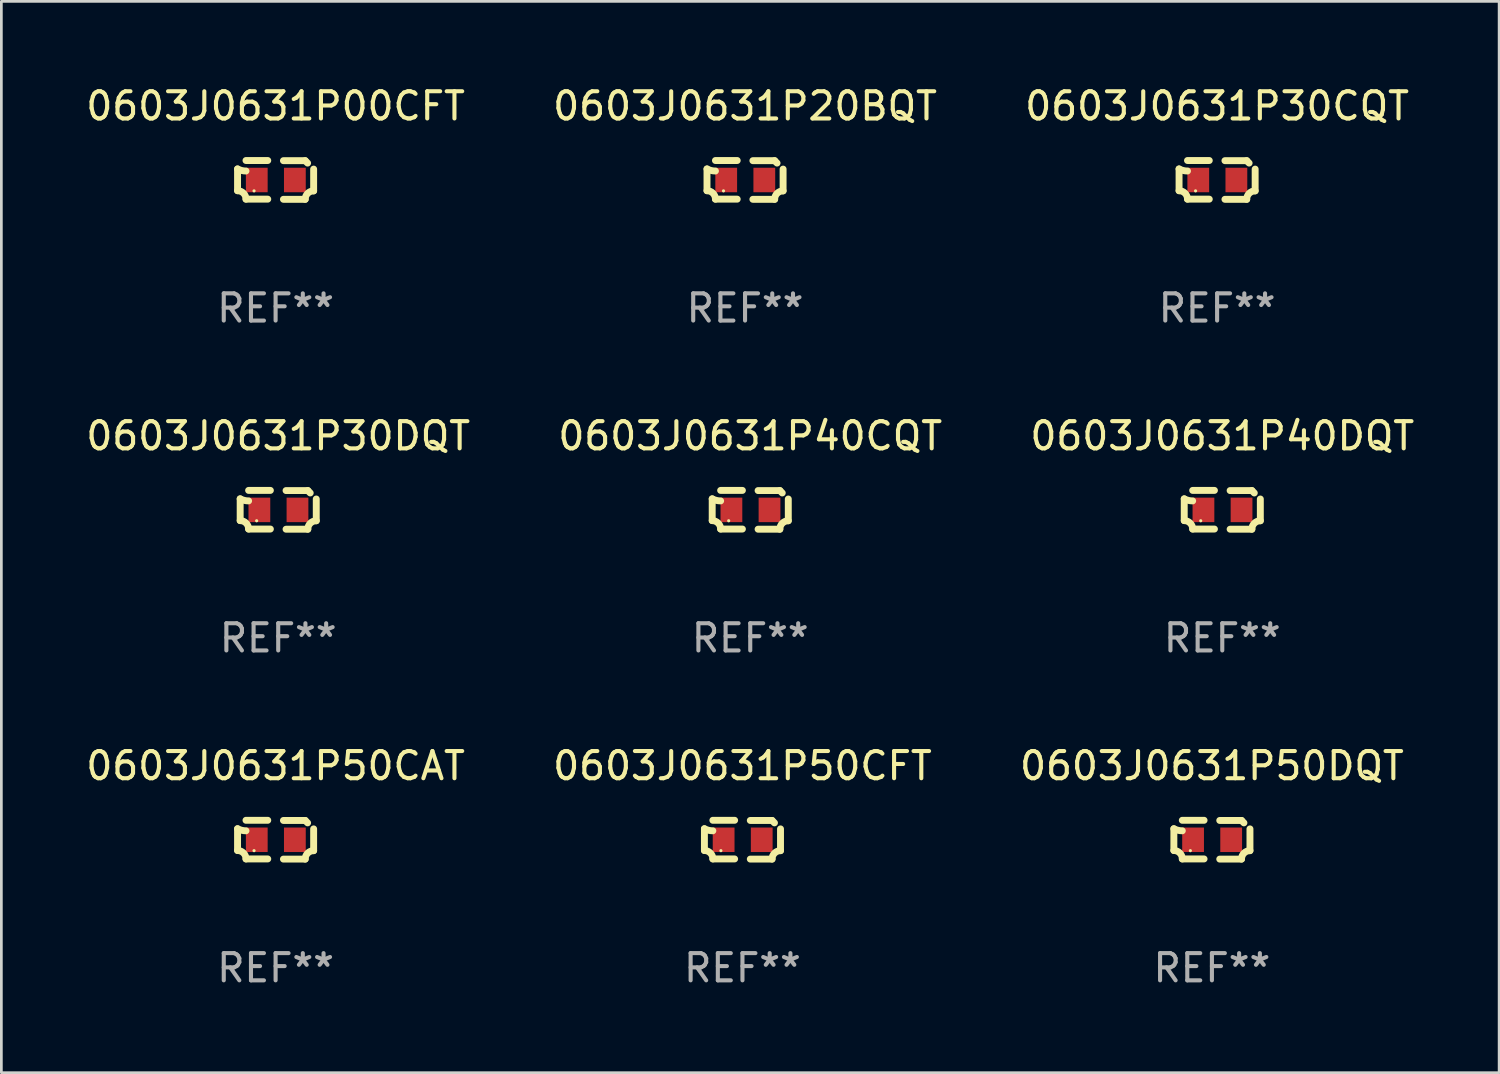
<source format=kicad_pcb>
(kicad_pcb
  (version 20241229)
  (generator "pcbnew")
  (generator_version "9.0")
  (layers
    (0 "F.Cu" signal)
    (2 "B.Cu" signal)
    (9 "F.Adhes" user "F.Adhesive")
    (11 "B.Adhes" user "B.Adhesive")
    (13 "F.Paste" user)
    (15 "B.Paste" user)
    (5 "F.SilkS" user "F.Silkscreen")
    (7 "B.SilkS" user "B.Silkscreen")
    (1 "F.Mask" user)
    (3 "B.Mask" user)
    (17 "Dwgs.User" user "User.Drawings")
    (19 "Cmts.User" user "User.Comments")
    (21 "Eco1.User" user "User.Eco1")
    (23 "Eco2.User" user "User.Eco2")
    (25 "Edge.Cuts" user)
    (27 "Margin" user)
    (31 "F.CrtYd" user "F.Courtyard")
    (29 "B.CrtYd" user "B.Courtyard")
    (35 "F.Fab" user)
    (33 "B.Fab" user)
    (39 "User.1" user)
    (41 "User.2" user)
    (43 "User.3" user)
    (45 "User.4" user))
  (footprint "0603J0631P30DQT"
    (layer "F.Cu")
    (at 7.173 15.683)
    (property "Reference" "0603J0631P30DQT" (at 0 -2.713 0) (layer "F.SilkS") (effects (font (size 1 1) (thickness 0.15))))
    (attr through_hole)
    (fp_line (start -1.398 -0.403) (end -1.398 0.397) (stroke (width 0.254) (type solid)) (layer "F.SilkS"))
    (fp_line (start -0.288 -0.713) (end -1.088 -0.713) (stroke (width 0.254) (type solid)) (layer "F.SilkS"))
    (fp_line (start -0.288 0.707) (end -1.088 0.707) (stroke (width 0.254) (type solid)) (layer "F.SilkS"))
    (fp_line (start 0.288 -0.707) (end 1.088 -0.707) (stroke (width 0.254) (type solid)) (layer "F.SilkS"))
    (fp_line (start 0.288 0.713) (end 1.088 0.713) (stroke (width 0.254) (type solid)) (layer "F.SilkS"))
    (fp_line (start 1.398 -0.397) (end 1.398 0.403) (stroke (width 0.254) (type solid)) (layer "F.SilkS"))
    (fp_arc (start -1.397789 0.397066) (mid -1.178701 0.487826) (end -1.08796 0.706922) (stroke (width 0.254001) (type solid)) (layer "F.SilkS"))
    (fp_arc (start -1.08796 -0.327176) (mid -1.247436 -0.346384) (end -1.39779 -0.402908) (stroke (width 0.254001) (type solid)) (layer "F.SilkS"))
    (fp_arc (start 1.087909 0.712738) (mid 1.178656 0.493655) (end 1.397739 0.402908) (stroke (width 0.254001) (type solid)) (layer "F.SilkS"))
    (fp_arc (start 1.175925 -0.618926) (mid 1.131917 -0.662923) (end 1.08791 -0.706922) (stroke (width 0.254001) (type solid)) (layer "F.SilkS"))
    (fp_circle (center -0.792 0.403) (end -0.762 0.403) (stroke (width 0.06) (type solid)) (fill no) (layer "F.SilkS"))
    (fp_text user "REF**" (at 0 4.713 0) (layer "F.Fab") (effects (font (size 1 1) (thickness 0.15))))
    (pad "1" smd rect (at -0.692 0.003) (size 0.8 0.9) (layers "F.Cu" "F.Mask" "F.Paste"))
    (pad "2" smd rect (at 0.708 0.003) (size 0.8 0.9) (layers "F.Cu" "F.Mask" "F.Paste")))
  (footprint "0603J0631P40DQT"
    (layer "F.Cu")
    (at 41.863 15.683)
    (property "Reference" "0603J0631P40DQT" (at 0 -2.713 0) (layer "F.SilkS") (effects (font (size 1 1) (thickness 0.15))))
    (attr through_hole)
    (fp_line (start -1.398 -0.403) (end -1.398 0.397) (stroke (width 0.254) (type solid)) (layer "F.SilkS"))
    (fp_line (start -0.288 -0.713) (end -1.088 -0.713) (stroke (width 0.254) (type solid)) (layer "F.SilkS"))
    (fp_line (start -0.288 0.707) (end -1.088 0.707) (stroke (width 0.254) (type solid)) (layer "F.SilkS"))
    (fp_line (start 0.288 -0.707) (end 1.088 -0.707) (stroke (width 0.254) (type solid)) (layer "F.SilkS"))
    (fp_line (start 0.288 0.713) (end 1.088 0.713) (stroke (width 0.254) (type solid)) (layer "F.SilkS"))
    (fp_line (start 1.398 -0.397) (end 1.398 0.403) (stroke (width 0.254) (type solid)) (layer "F.SilkS"))
    (fp_arc (start -1.397789 0.397066) (mid -1.178701 0.487826) (end -1.08796 0.706922) (stroke (width 0.254001) (type solid)) (layer "F.SilkS"))
    (fp_arc (start -1.08796 -0.327176) (mid -1.247436 -0.346384) (end -1.39779 -0.402908) (stroke (width 0.254001) (type solid)) (layer "F.SilkS"))
    (fp_arc (start 1.087909 0.712738) (mid 1.178656 0.493655) (end 1.397739 0.402908) (stroke (width 0.254001) (type solid)) (layer "F.SilkS"))
    (fp_arc (start 1.175925 -0.618926) (mid 1.131917 -0.662923) (end 1.08791 -0.706922) (stroke (width 0.254001) (type solid)) (layer "F.SilkS"))
    (fp_circle (center -0.792 0.403) (end -0.762 0.403) (stroke (width 0.06) (type solid)) (fill no) (layer "F.SilkS"))
    (fp_text user "REF**" (at 0 4.713 0) (layer "F.Fab") (effects (font (size 1 1) (thickness 0.15))))
    (pad "1" smd rect (at -0.692 0.003) (size 0.8 0.9) (layers "F.Cu" "F.Mask" "F.Paste"))
    (pad "2" smd rect (at 0.708 0.003) (size 0.8 0.9) (layers "F.Cu" "F.Mask" "F.Paste")))
  (footprint "0603J0631P50CAT"
    (layer "F.Cu")
    (at 7.077 27.805)
    (property "Reference" "0603J0631P50CAT" (at 0 -2.713 0) (layer "F.SilkS") (effects (font (size 1 1) (thickness 0.15))))
    (attr through_hole)
    (fp_line (start -1.398 -0.403) (end -1.398 0.397) (stroke (width 0.254) (type solid)) (layer "F.SilkS"))
    (fp_line (start -0.288 -0.713) (end -1.088 -0.713) (stroke (width 0.254) (type solid)) (layer "F.SilkS"))
    (fp_line (start -0.288 0.707) (end -1.088 0.707) (stroke (width 0.254) (type solid)) (layer "F.SilkS"))
    (fp_line (start 0.288 -0.707) (end 1.088 -0.707) (stroke (width 0.254) (type solid)) (layer "F.SilkS"))
    (fp_line (start 0.288 0.713) (end 1.088 0.713) (stroke (width 0.254) (type solid)) (layer "F.SilkS"))
    (fp_line (start 1.398 -0.397) (end 1.398 0.403) (stroke (width 0.254) (type solid)) (layer "F.SilkS"))
    (fp_arc (start -1.397789 0.397066) (mid -1.178701 0.487826) (end -1.08796 0.706922) (stroke (width 0.254001) (type solid)) (layer "F.SilkS"))
    (fp_arc (start -1.08796 -0.327176) (mid -1.247436 -0.346384) (end -1.39779 -0.402908) (stroke (width 0.254001) (type solid)) (layer "F.SilkS"))
    (fp_arc (start 1.087909 0.712738) (mid 1.178656 0.493655) (end 1.397739 0.402908) (stroke (width 0.254001) (type solid)) (layer "F.SilkS"))
    (fp_arc (start 1.175925 -0.618926) (mid 1.131917 -0.662923) (end 1.08791 -0.706922) (stroke (width 0.254001) (type solid)) (layer "F.SilkS"))
    (fp_circle (center -0.792 0.403) (end -0.762 0.403) (stroke (width 0.06) (type solid)) (fill no) (layer "F.SilkS"))
    (fp_text user "REF**" (at 0 4.713 0) (layer "F.Fab") (effects (font (size 1 1) (thickness 0.15))))
    (pad "1" smd rect (at -0.692 0.003) (size 0.8 0.9) (layers "F.Cu" "F.Mask" "F.Paste"))
    (pad "2" smd rect (at 0.708 0.003) (size 0.8 0.9) (layers "F.Cu" "F.Mask" "F.Paste")))
  (footprint "0603J0631P00CFT"
    (layer "F.Cu")
    (at 7.077 3.561)
    (property "Reference" "0603J0631P00CFT" (at 0 -2.713 0) (layer "F.SilkS") (effects (font (size 1 1) (thickness 0.15))))
    (attr through_hole)
    (fp_line (start -1.398 -0.403) (end -1.398 0.397) (stroke (width 0.254) (type solid)) (layer "F.SilkS"))
    (fp_line (start -0.288 -0.713) (end -1.088 -0.713) (stroke (width 0.254) (type solid)) (layer "F.SilkS"))
    (fp_line (start -0.288 0.707) (end -1.088 0.707) (stroke (width 0.254) (type solid)) (layer "F.SilkS"))
    (fp_line (start 0.288 -0.707) (end 1.088 -0.707) (stroke (width 0.254) (type solid)) (layer "F.SilkS"))
    (fp_line (start 0.288 0.713) (end 1.088 0.713) (stroke (width 0.254) (type solid)) (layer "F.SilkS"))
    (fp_line (start 1.398 -0.397) (end 1.398 0.403) (stroke (width 0.254) (type solid)) (layer "F.SilkS"))
    (fp_arc (start -1.397789 0.397066) (mid -1.178701 0.487826) (end -1.08796 0.706922) (stroke (width 0.254001) (type solid)) (layer "F.SilkS"))
    (fp_arc (start -1.08796 -0.327176) (mid -1.247436 -0.346384) (end -1.39779 -0.402908) (stroke (width 0.254001) (type solid)) (layer "F.SilkS"))
    (fp_arc (start 1.087909 0.712738) (mid 1.178656 0.493655) (end 1.397739 0.402908) (stroke (width 0.254001) (type solid)) (layer "F.SilkS"))
    (fp_arc (start 1.175925 -0.618926) (mid 1.131917 -0.662923) (end 1.08791 -0.706922) (stroke (width 0.254001) (type solid)) (layer "F.SilkS"))
    (fp_circle (center -0.792 0.403) (end -0.762 0.403) (stroke (width 0.06) (type solid)) (fill no) (layer "F.SilkS"))
    (fp_text user "REF**" (at 0 4.713 0) (layer "F.Fab") (effects (font (size 1 1) (thickness 0.15))))
    (pad "1" smd rect (at -0.692 0.003) (size 0.8 0.9) (layers "F.Cu" "F.Mask" "F.Paste"))
    (pad "2" smd rect (at 0.708 0.003) (size 0.8 0.9) (layers "F.Cu" "F.Mask" "F.Paste")))
  (footprint "0603J0631P40CQT"
    (layer "F.Cu")
    (at 24.518 15.683)
    (property "Reference" "0603J0631P40CQT" (at 0 -2.713 0) (layer "F.SilkS") (effects (font (size 1 1) (thickness 0.15))))
    (attr through_hole)
    (fp_line (start -1.398 -0.403) (end -1.398 0.397) (stroke (width 0.254) (type solid)) (layer "F.SilkS"))
    (fp_line (start -0.288 -0.713) (end -1.088 -0.713) (stroke (width 0.254) (type solid)) (layer "F.SilkS"))
    (fp_line (start -0.288 0.707) (end -1.088 0.707) (stroke (width 0.254) (type solid)) (layer "F.SilkS"))
    (fp_line (start 0.288 -0.707) (end 1.088 -0.707) (stroke (width 0.254) (type solid)) (layer "F.SilkS"))
    (fp_line (start 0.288 0.713) (end 1.088 0.713) (stroke (width 0.254) (type solid)) (layer "F.SilkS"))
    (fp_line (start 1.398 -0.397) (end 1.398 0.403) (stroke (width 0.254) (type solid)) (layer "F.SilkS"))
    (fp_arc (start -1.397789 0.397066) (mid -1.178701 0.487826) (end -1.08796 0.706922) (stroke (width 0.254001) (type solid)) (layer "F.SilkS"))
    (fp_arc (start -1.08796 -0.327176) (mid -1.247436 -0.346384) (end -1.39779 -0.402908) (stroke (width 0.254001) (type solid)) (layer "F.SilkS"))
    (fp_arc (start 1.087909 0.712738) (mid 1.178656 0.493655) (end 1.397739 0.402908) (stroke (width 0.254001) (type solid)) (layer "F.SilkS"))
    (fp_arc (start 1.175925 -0.618926) (mid 1.131917 -0.662923) (end 1.08791 -0.706922) (stroke (width 0.254001) (type solid)) (layer "F.SilkS"))
    (fp_circle (center -0.792 0.403) (end -0.762 0.403) (stroke (width 0.06) (type solid)) (fill no) (layer "F.SilkS"))
    (fp_text user "REF**" (at 0 4.713 0) (layer "F.Fab") (effects (font (size 1 1) (thickness 0.15))))
    (pad "1" smd rect (at -0.692 0.003) (size 0.8 0.9) (layers "F.Cu" "F.Mask" "F.Paste"))
    (pad "2" smd rect (at 0.708 0.003) (size 0.8 0.9) (layers "F.Cu" "F.Mask" "F.Paste")))
  (footprint "0603J0631P50DQT"
    (layer "F.Cu")
    (at 41.482 27.805)
    (property "Reference" "0603J0631P50DQT" (at 0 -2.713 0) (layer "F.SilkS") (effects (font (size 1 1) (thickness 0.15))))
    (attr through_hole)
    (fp_line (start -1.398 -0.403) (end -1.398 0.397) (stroke (width 0.254) (type solid)) (layer "F.SilkS"))
    (fp_line (start -0.288 -0.713) (end -1.088 -0.713) (stroke (width 0.254) (type solid)) (layer "F.SilkS"))
    (fp_line (start -0.288 0.707) (end -1.088 0.707) (stroke (width 0.254) (type solid)) (layer "F.SilkS"))
    (fp_line (start 0.288 -0.707) (end 1.088 -0.707) (stroke (width 0.254) (type solid)) (layer "F.SilkS"))
    (fp_line (start 0.288 0.713) (end 1.088 0.713) (stroke (width 0.254) (type solid)) (layer "F.SilkS"))
    (fp_line (start 1.398 -0.397) (end 1.398 0.403) (stroke (width 0.254) (type solid)) (layer "F.SilkS"))
    (fp_arc (start -1.397789 0.397066) (mid -1.178701 0.487826) (end -1.08796 0.706922) (stroke (width 0.254001) (type solid)) (layer "F.SilkS"))
    (fp_arc (start -1.08796 -0.327176) (mid -1.247436 -0.346384) (end -1.39779 -0.402908) (stroke (width 0.254001) (type solid)) (layer "F.SilkS"))
    (fp_arc (start 1.087909 0.712738) (mid 1.178656 0.493655) (end 1.397739 0.402908) (stroke (width 0.254001) (type solid)) (layer "F.SilkS"))
    (fp_arc (start 1.175925 -0.618926) (mid 1.131917 -0.662923) (end 1.08791 -0.706922) (stroke (width 0.254001) (type solid)) (layer "F.SilkS"))
    (fp_circle (center -0.792 0.403) (end -0.762 0.403) (stroke (width 0.06) (type solid)) (fill no) (layer "F.SilkS"))
    (fp_text user "REF**" (at 0 4.713 0) (layer "F.Fab") (effects (font (size 1 1) (thickness 0.15))))
    (pad "1" smd rect (at -0.692 0.003) (size 0.8 0.9) (layers "F.Cu" "F.Mask" "F.Paste"))
    (pad "2" smd rect (at 0.708 0.003) (size 0.8 0.9) (layers "F.Cu" "F.Mask" "F.Paste")))
  (footprint "0603J0631P30CQT"
    (layer "F.Cu")
    (at 41.673 3.561)
    (property "Reference" "0603J0631P30CQT" (at 0 -2.713 0) (layer "F.SilkS") (effects (font (size 1 1) (thickness 0.15))))
    (attr through_hole)
    (fp_line (start -1.398 -0.403) (end -1.398 0.397) (stroke (width 0.254) (type solid)) (layer "F.SilkS"))
    (fp_line (start -0.288 -0.713) (end -1.088 -0.713) (stroke (width 0.254) (type solid)) (layer "F.SilkS"))
    (fp_line (start -0.288 0.707) (end -1.088 0.707) (stroke (width 0.254) (type solid)) (layer "F.SilkS"))
    (fp_line (start 0.288 -0.707) (end 1.088 -0.707) (stroke (width 0.254) (type solid)) (layer "F.SilkS"))
    (fp_line (start 0.288 0.713) (end 1.088 0.713) (stroke (width 0.254) (type solid)) (layer "F.SilkS"))
    (fp_line (start 1.398 -0.397) (end 1.398 0.403) (stroke (width 0.254) (type solid)) (layer "F.SilkS"))
    (fp_arc (start -1.397789 0.397066) (mid -1.178701 0.487826) (end -1.08796 0.706922) (stroke (width 0.254001) (type solid)) (layer "F.SilkS"))
    (fp_arc (start -1.08796 -0.327176) (mid -1.247436 -0.346384) (end -1.39779 -0.402908) (stroke (width 0.254001) (type solid)) (layer "F.SilkS"))
    (fp_arc (start 1.087909 0.712738) (mid 1.178656 0.493655) (end 1.397739 0.402908) (stroke (width 0.254001) (type solid)) (layer "F.SilkS"))
    (fp_arc (start 1.175925 -0.618926) (mid 1.131917 -0.662923) (end 1.08791 -0.706922) (stroke (width 0.254001) (type solid)) (layer "F.SilkS"))
    (fp_circle (center -0.792 0.403) (end -0.762 0.403) (stroke (width 0.06) (type solid)) (fill no) (layer "F.SilkS"))
    (fp_text user "REF**" (at 0 4.713 0) (layer "F.Fab") (effects (font (size 1 1) (thickness 0.15))))
    (pad "1" smd rect (at -0.692 0.003) (size 0.8 0.9) (layers "F.Cu" "F.Mask" "F.Paste"))
    (pad "2" smd rect (at 0.708 0.003) (size 0.8 0.9) (layers "F.Cu" "F.Mask" "F.Paste")))
  (footprint "0603J0631P50CFT"
    (layer "F.Cu")
    (at 24.232 27.805)
    (property "Reference" "0603J0631P50CFT" (at 0 -2.713 0) (layer "F.SilkS") (effects (font (size 1 1) (thickness 0.15))))
    (attr through_hole)
    (fp_line (start -1.398 -0.403) (end -1.398 0.397) (stroke (width 0.254) (type solid)) (layer "F.SilkS"))
    (fp_line (start -0.288 -0.713) (end -1.088 -0.713) (stroke (width 0.254) (type solid)) (layer "F.SilkS"))
    (fp_line (start -0.288 0.707) (end -1.088 0.707) (stroke (width 0.254) (type solid)) (layer "F.SilkS"))
    (fp_line (start 0.288 -0.707) (end 1.088 -0.707) (stroke (width 0.254) (type solid)) (layer "F.SilkS"))
    (fp_line (start 0.288 0.713) (end 1.088 0.713) (stroke (width 0.254) (type solid)) (layer "F.SilkS"))
    (fp_line (start 1.398 -0.397) (end 1.398 0.403) (stroke (width 0.254) (type solid)) (layer "F.SilkS"))
    (fp_arc (start -1.397789 0.397066) (mid -1.178701 0.487826) (end -1.08796 0.706922) (stroke (width 0.254001) (type solid)) (layer "F.SilkS"))
    (fp_arc (start -1.08796 -0.327176) (mid -1.247436 -0.346384) (end -1.39779 -0.402908) (stroke (width 0.254001) (type solid)) (layer "F.SilkS"))
    (fp_arc (start 1.087909 0.712738) (mid 1.178656 0.493655) (end 1.397739 0.402908) (stroke (width 0.254001) (type solid)) (layer "F.SilkS"))
    (fp_arc (start 1.175925 -0.618926) (mid 1.131917 -0.662923) (end 1.08791 -0.706922) (stroke (width 0.254001) (type solid)) (layer "F.SilkS"))
    (fp_circle (center -0.792 0.403) (end -0.762 0.403) (stroke (width 0.06) (type solid)) (fill no) (layer "F.SilkS"))
    (fp_text user "REF**" (at 0 4.713 0) (layer "F.Fab") (effects (font (size 1 1) (thickness 0.15))))
    (pad "1" smd rect (at -0.692 0.003) (size 0.8 0.9) (layers "F.Cu" "F.Mask" "F.Paste"))
    (pad "2" smd rect (at 0.708 0.003) (size 0.8 0.9) (layers "F.Cu" "F.Mask" "F.Paste")))
  (footprint "0603J0631P20BQT"
    (layer "F.Cu")
    (at 24.327 3.561)
    (property "Reference" "0603J0631P20BQT" (at 0 -2.713 0) (layer "F.SilkS") (effects (font (size 1 1) (thickness 0.15))))
    (attr through_hole)
    (fp_line (start -1.398 -0.403) (end -1.398 0.397) (stroke (width 0.254) (type solid)) (layer "F.SilkS"))
    (fp_line (start -0.288 -0.713) (end -1.088 -0.713) (stroke (width 0.254) (type solid)) (layer "F.SilkS"))
    (fp_line (start -0.288 0.707) (end -1.088 0.707) (stroke (width 0.254) (type solid)) (layer "F.SilkS"))
    (fp_line (start 0.288 -0.707) (end 1.088 -0.707) (stroke (width 0.254) (type solid)) (layer "F.SilkS"))
    (fp_line (start 0.288 0.713) (end 1.088 0.713) (stroke (width 0.254) (type solid)) (layer "F.SilkS"))
    (fp_line (start 1.398 -0.397) (end 1.398 0.403) (stroke (width 0.254) (type solid)) (layer "F.SilkS"))
    (fp_arc (start -1.397789 0.397066) (mid -1.178701 0.487826) (end -1.08796 0.706922) (stroke (width 0.254001) (type solid)) (layer "F.SilkS"))
    (fp_arc (start -1.08796 -0.327176) (mid -1.247436 -0.346384) (end -1.39779 -0.402908) (stroke (width 0.254001) (type solid)) (layer "F.SilkS"))
    (fp_arc (start 1.087909 0.712738) (mid 1.178656 0.493655) (end 1.397739 0.402908) (stroke (width 0.254001) (type solid)) (layer "F.SilkS"))
    (fp_arc (start 1.175925 -0.618926) (mid 1.131917 -0.662923) (end 1.08791 -0.706922) (stroke (width 0.254001) (type solid)) (layer "F.SilkS"))
    (fp_circle (center -0.792 0.403) (end -0.762 0.403) (stroke (width 0.06) (type solid)) (fill no) (layer "F.SilkS"))
    (fp_text user "REF**" (at 0 4.713 0) (layer "F.Fab") (effects (font (size 1 1) (thickness 0.15))))
    (pad "1" smd rect (at -0.692 0.003) (size 0.8 0.9) (layers "F.Cu" "F.Mask" "F.Paste"))
    (pad "2" smd rect (at 0.708 0.003) (size 0.8 0.9) (layers "F.Cu" "F.Mask" "F.Paste")))
  (gr_rect
    (start -3 -3)
    (end 52.036 36.366)
    (stroke (width 0.1) (type default))
    (fill no)
    (layer "Edge.Cuts")))
</source>
